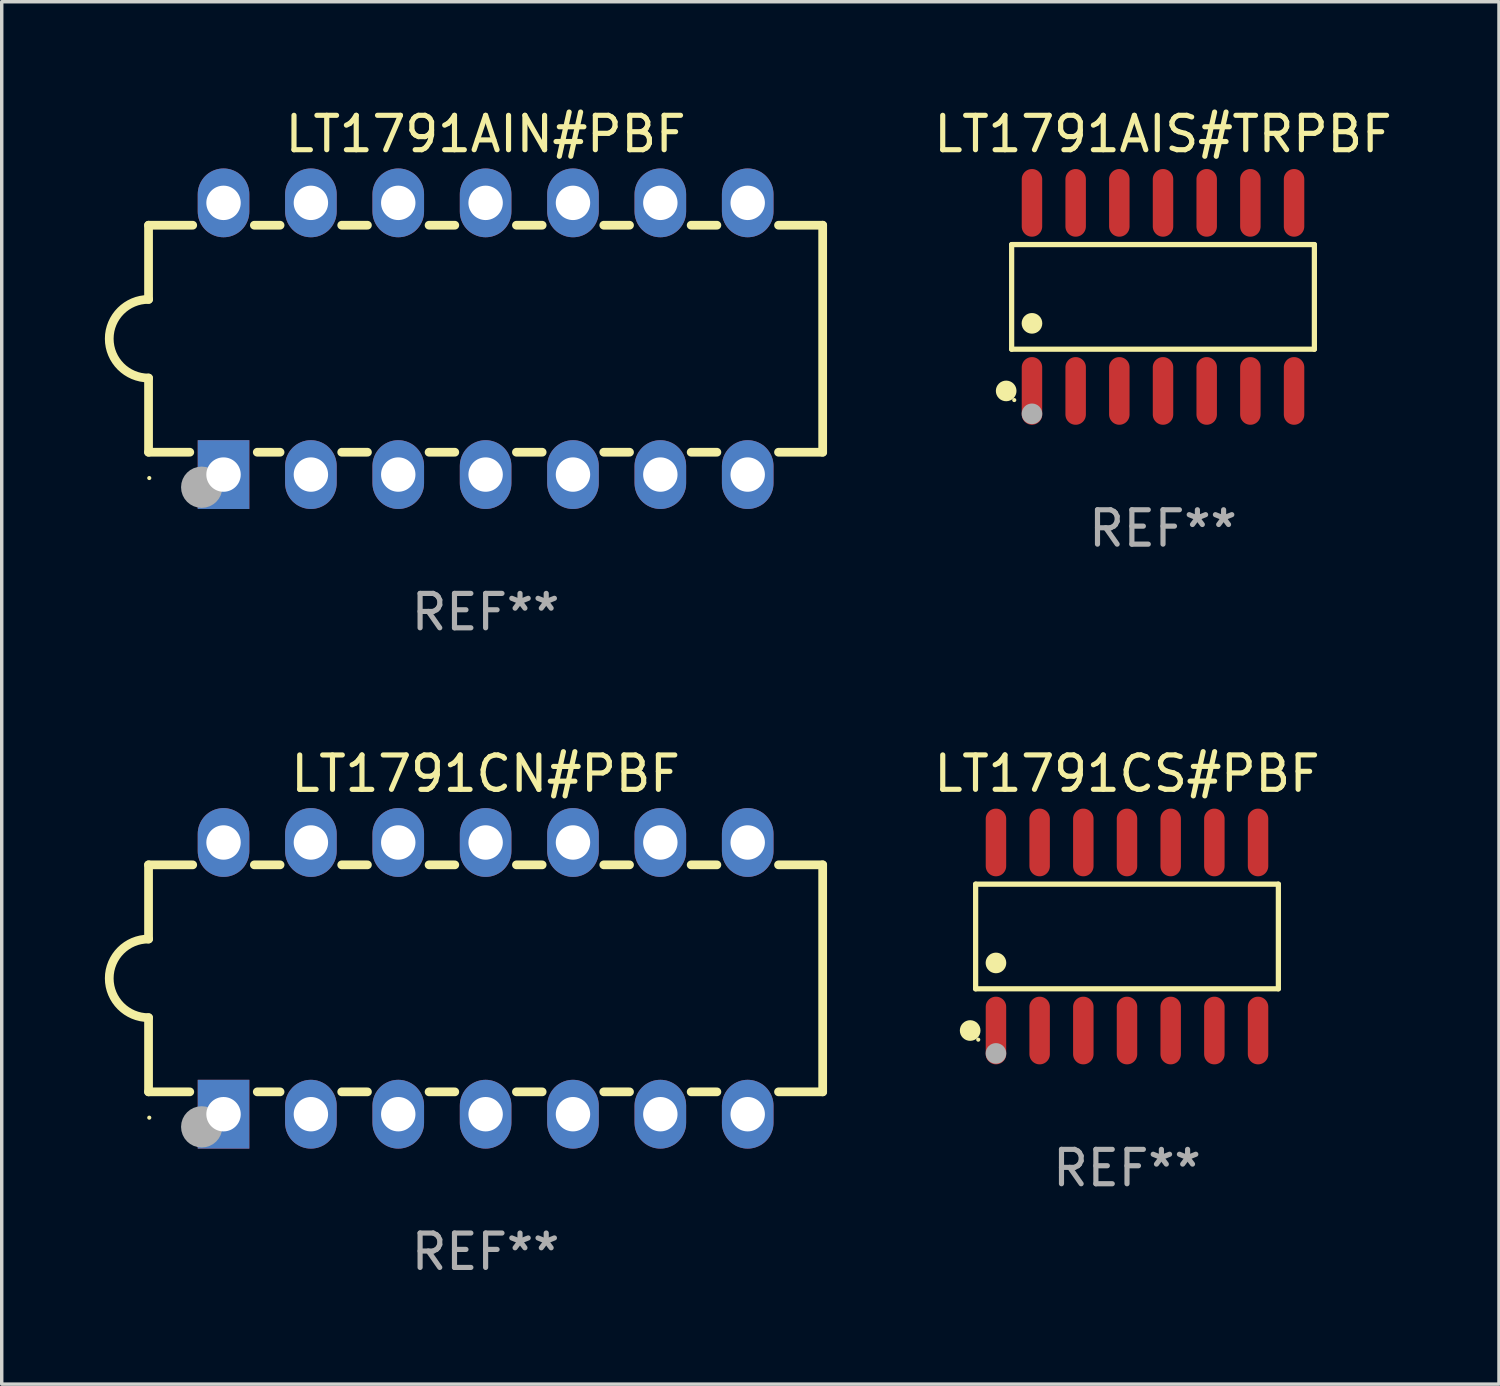
<source format=kicad_pcb>
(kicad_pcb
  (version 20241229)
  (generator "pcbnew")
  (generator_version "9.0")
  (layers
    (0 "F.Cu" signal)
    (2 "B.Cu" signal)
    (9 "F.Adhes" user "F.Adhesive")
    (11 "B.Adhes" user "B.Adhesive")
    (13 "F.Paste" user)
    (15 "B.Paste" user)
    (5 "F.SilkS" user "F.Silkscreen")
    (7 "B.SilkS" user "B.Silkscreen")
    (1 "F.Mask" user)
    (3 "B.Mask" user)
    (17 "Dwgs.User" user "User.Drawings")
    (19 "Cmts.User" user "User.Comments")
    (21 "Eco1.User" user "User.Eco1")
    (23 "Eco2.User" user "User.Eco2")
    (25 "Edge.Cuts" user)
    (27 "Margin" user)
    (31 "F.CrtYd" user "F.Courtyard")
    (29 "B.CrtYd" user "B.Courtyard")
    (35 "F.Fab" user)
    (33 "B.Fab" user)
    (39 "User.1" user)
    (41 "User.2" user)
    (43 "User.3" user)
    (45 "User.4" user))
  (footprint "LT1791CN#PBF"
    (layer "F.Cu")
    (at 11.069 25.395)
    (property "Reference" "LT1791CN#PBF" (at 0 -5.95 0) (layer "F.SilkS") (effects (font (size 1 1) (thickness 0.15))))
    (attr through_hole)
    (fp_line (start -9.8 -3.3) (end -9.8 -1.143) (stroke (width 0.254) (type solid)) (layer "F.SilkS"))
    (fp_line (start -9.8 -3.3) (end -8.516 -3.3) (stroke (width 0.254) (type solid)) (layer "F.SilkS"))
    (fp_line (start -9.8 3.3) (end -9.8 1.143) (stroke (width 0.254) (type solid)) (layer "F.SilkS"))
    (fp_line (start -8.601 3.3) (end -9.8 3.3) (stroke (width 0.254) (type solid)) (layer "F.SilkS"))
    (fp_line (start -6.724 -3.3) (end -5.976 -3.3) (stroke (width 0.254) (type solid)) (layer "F.SilkS"))
    (fp_line (start -5.976 3.3) (end -6.639 3.3) (stroke (width 0.254) (type solid)) (layer "F.SilkS"))
    (fp_line (start -4.184 -3.3) (end -3.436 -3.3) (stroke (width 0.254) (type solid)) (layer "F.SilkS"))
    (fp_line (start -3.436 3.3) (end -4.184 3.3) (stroke (width 0.254) (type solid)) (layer "F.SilkS"))
    (fp_line (start -1.644 -3.3) (end -0.896 -3.3) (stroke (width 0.254) (type solid)) (layer "F.SilkS"))
    (fp_line (start -0.896 3.3) (end -1.644 3.3) (stroke (width 0.254) (type solid)) (layer "F.SilkS"))
    (fp_line (start 0.896 -3.3) (end 1.644 -3.3) (stroke (width 0.254) (type solid)) (layer "F.SilkS"))
    (fp_line (start 1.644 3.3) (end 0.896 3.3) (stroke (width 0.254) (type solid)) (layer "F.SilkS"))
    (fp_line (start 3.436 -3.3) (end 4.184 -3.3) (stroke (width 0.254) (type solid)) (layer "F.SilkS"))
    (fp_line (start 4.184 3.3) (end 3.436 3.3) (stroke (width 0.254) (type solid)) (layer "F.SilkS"))
    (fp_line (start 5.976 -3.3) (end 6.724 -3.3) (stroke (width 0.254) (type solid)) (layer "F.SilkS"))
    (fp_line (start 6.724 3.3) (end 5.976 3.3) (stroke (width 0.254) (type solid)) (layer "F.SilkS"))
    (fp_line (start 8.516 -3.3) (end 9.8 -3.3) (stroke (width 0.254) (type solid)) (layer "F.SilkS"))
    (fp_line (start 9.8 -3.3) (end 9.8 3.3) (stroke (width 0.254) (type solid)) (layer "F.SilkS"))
    (fp_line (start 9.8 3.3) (end 8.516 3.3) (stroke (width 0.254) (type solid)) (layer "F.SilkS"))
    (fp_arc (start -9.800038 1.143002) (mid -10.942354 -0.000343) (end -9.799352 -1.143002) (stroke (width 0.254001) (type solid)) (layer "F.SilkS"))
    (fp_circle (center -9.779 4.051) (end -9.749 4.051) (stroke (width 0.06) (type solid)) (fill no) (layer "F.SilkS"))
    (fp_circle (center -8.255 4.318) (end -7.955 4.318) (stroke (width 0.6) (type solid)) (fill no) (layer "F.Fab"))
    (fp_text user "REF**" (at 0 7.95 0) (layer "F.Fab") (effects (font (size 1 1) (thickness 0.15))))
    (pad "1" thru_hole rect (at -7.62 3.95 90) (size 2 1.5) (drill 1) (layers "*.Cu" "*.Mask"))
    (pad "2" thru_hole oval (at -5.08 3.95 90) (size 2 1.5) (drill 1) (layers "*.Cu" "*.Mask"))
    (pad "3" thru_hole oval (at -2.54 3.95 90) (size 2 1.5) (drill 1) (layers "*.Cu" "*.Mask"))
    (pad "4" thru_hole oval (at -0.000013 3.95 90) (size 2 1.5) (drill 1) (layers "*.Cu" "*.Mask"))
    (pad "5" thru_hole oval (at 2.54 3.95 90) (size 2 1.5) (drill 1) (layers "*.Cu" "*.Mask"))
    (pad "6" thru_hole oval (at 5.08 3.95 90) (size 2 1.5) (drill 1) (layers "*.Cu" "*.Mask"))
    (pad "7" thru_hole oval (at 7.62 3.95 90) (size 2 1.5) (drill 1) (layers "*.Cu" "*.Mask"))
    (pad "8" thru_hole oval (at 7.62 -3.95 90) (size 2 1.5) (drill 1) (layers "*.Cu" "*.Mask"))
    (pad "9" thru_hole oval (at 5.08 -3.95 90) (size 2 1.5) (drill 1) (layers "*.Cu" "*.Mask"))
    (pad "10" thru_hole oval (at 2.54 -3.95 90) (size 2 1.5) (drill 1) (layers "*.Cu" "*.Mask"))
    (pad "11" thru_hole oval (at -0.000013 -3.95 90) (size 2 1.5) (drill 1) (layers "*.Cu" "*.Mask"))
    (pad "12" thru_hole oval (at -2.54 -3.95 90) (size 2 1.5) (drill 1) (layers "*.Cu" "*.Mask"))
    (pad "13" thru_hole oval (at -5.08 -3.95 90) (size 2 1.5) (drill 1) (layers "*.Cu" "*.Mask"))
    (pad "14" thru_hole oval (at -7.62 -3.95 90) (size 2 1.5) (drill 1) (layers "*.Cu" "*.Mask")))
  (footprint "LT1791AIS#TRPBF"
    (layer "F.Cu")
    (at 30.764 5.582)
    (property "Reference" "LT1791AIS#TRPBF" (at 0 -4.734 0) (layer "F.SilkS") (effects (font (size 1 1) (thickness 0.15))))
    (attr through_hole)
    (fp_line (start -4.401 -1.521) (end 4.401 -1.521) (stroke (width 0.152) (type solid)) (layer "F.SilkS"))
    (fp_line (start -4.401 1.521) (end -4.401 -1.521) (stroke (width 0.152) (type solid)) (layer "F.SilkS"))
    (fp_line (start 4.401 -1.521) (end 4.401 1.521) (stroke (width 0.152) (type solid)) (layer "F.SilkS"))
    (fp_line (start 4.401 1.521) (end -4.401 1.521) (stroke (width 0.152) (type solid)) (layer "F.SilkS"))
    (fp_circle (center -4.56 2.734) (end -4.41 2.734) (stroke (width 0.3) (type solid)) (fill no) (layer "F.SilkS"))
    (fp_circle (center -4.325 3) (end -4.295 3) (stroke (width 0.06) (type solid)) (fill no) (layer "F.SilkS"))
    (fp_circle (center -3.81 0.769) (end -3.66 0.769) (stroke (width 0.3) (type solid)) (fill no) (layer "F.SilkS"))
    (fp_circle (center -3.81 3.4) (end -3.66 3.4) (stroke (width 0.3) (type solid)) (fill no) (layer "F.Fab"))
    (fp_text user "REF**" (at 0 6.734 0) (layer "F.Fab") (effects (font (size 1 1) (thickness 0.15))))
    (pad "1" smd oval (at -3.81 2.734) (size 0.595 1.968) (layers "F.Cu" "F.Mask" "F.Paste"))
    (pad "2" smd oval (at -2.54 2.734) (size 0.595 1.968) (layers "F.Cu" "F.Mask" "F.Paste"))
    (pad "3" smd oval (at -1.27 2.734) (size 0.595 1.968) (layers "F.Cu" "F.Mask" "F.Paste"))
    (pad "4" smd oval (at 0 2.734) (size 0.595 1.968) (layers "F.Cu" "F.Mask" "F.Paste"))
    (pad "5" smd oval (at 1.27 2.734) (size 0.595 1.968) (layers "F.Cu" "F.Mask" "F.Paste"))
    (pad "6" smd oval (at 2.54 2.734) (size 0.595 1.968) (layers "F.Cu" "F.Mask" "F.Paste"))
    (pad "7" smd oval (at 3.81 2.734) (size 0.595 1.968) (layers "F.Cu" "F.Mask" "F.Paste"))
    (pad "8" smd oval (at 3.81 -2.734) (size 0.595 1.968) (layers "F.Cu" "F.Mask" "F.Paste"))
    (pad "9" smd oval (at 2.54 -2.734) (size 0.595 1.968) (layers "F.Cu" "F.Mask" "F.Paste"))
    (pad "10" smd oval (at 1.27 -2.734) (size 0.595 1.968) (layers "F.Cu" "F.Mask" "F.Paste"))
    (pad "11" smd oval (at 0 -2.734) (size 0.595 1.968) (layers "F.Cu" "F.Mask" "F.Paste"))
    (pad "12" smd oval (at -1.27 -2.734) (size 0.595 1.968) (layers "F.Cu" "F.Mask" "F.Paste"))
    (pad "13" smd oval (at -2.54 -2.734) (size 0.595 1.968) (layers "F.Cu" "F.Mask" "F.Paste"))
    (pad "14" smd oval (at -3.81 -2.734) (size 0.595 1.968) (layers "F.Cu" "F.Mask" "F.Paste")))
  (footprint "LT1791AIN#PBF"
    (layer "F.Cu")
    (at 11.069 6.798)
    (property "Reference" "LT1791AIN#PBF" (at 0 -5.95 0) (layer "F.SilkS") (effects (font (size 1 1) (thickness 0.15))))
    (attr through_hole)
    (fp_line (start -9.8 -3.3) (end -9.8 -1.143) (stroke (width 0.254) (type solid)) (layer "F.SilkS"))
    (fp_line (start -9.8 -3.3) (end -8.516 -3.3) (stroke (width 0.254) (type solid)) (layer "F.SilkS"))
    (fp_line (start -9.8 3.3) (end -9.8 1.143) (stroke (width 0.254) (type solid)) (layer "F.SilkS"))
    (fp_line (start -8.601 3.3) (end -9.8 3.3) (stroke (width 0.254) (type solid)) (layer "F.SilkS"))
    (fp_line (start -6.724 -3.3) (end -5.976 -3.3) (stroke (width 0.254) (type solid)) (layer "F.SilkS"))
    (fp_line (start -5.976 3.3) (end -6.639 3.3) (stroke (width 0.254) (type solid)) (layer "F.SilkS"))
    (fp_line (start -4.184 -3.3) (end -3.436 -3.3) (stroke (width 0.254) (type solid)) (layer "F.SilkS"))
    (fp_line (start -3.436 3.3) (end -4.184 3.3) (stroke (width 0.254) (type solid)) (layer "F.SilkS"))
    (fp_line (start -1.644 -3.3) (end -0.896 -3.3) (stroke (width 0.254) (type solid)) (layer "F.SilkS"))
    (fp_line (start -0.896 3.3) (end -1.644 3.3) (stroke (width 0.254) (type solid)) (layer "F.SilkS"))
    (fp_line (start 0.896 -3.3) (end 1.644 -3.3) (stroke (width 0.254) (type solid)) (layer "F.SilkS"))
    (fp_line (start 1.644 3.3) (end 0.896 3.3) (stroke (width 0.254) (type solid)) (layer "F.SilkS"))
    (fp_line (start 3.436 -3.3) (end 4.184 -3.3) (stroke (width 0.254) (type solid)) (layer "F.SilkS"))
    (fp_line (start 4.184 3.3) (end 3.436 3.3) (stroke (width 0.254) (type solid)) (layer "F.SilkS"))
    (fp_line (start 5.976 -3.3) (end 6.724 -3.3) (stroke (width 0.254) (type solid)) (layer "F.SilkS"))
    (fp_line (start 6.724 3.3) (end 5.976 3.3) (stroke (width 0.254) (type solid)) (layer "F.SilkS"))
    (fp_line (start 8.516 -3.3) (end 9.8 -3.3) (stroke (width 0.254) (type solid)) (layer "F.SilkS"))
    (fp_line (start 9.8 -3.3) (end 9.8 3.3) (stroke (width 0.254) (type solid)) (layer "F.SilkS"))
    (fp_line (start 9.8 3.3) (end 8.516 3.3) (stroke (width 0.254) (type solid)) (layer "F.SilkS"))
    (fp_arc (start -9.800038 1.143002) (mid -10.942354 -0.000343) (end -9.799352 -1.143002) (stroke (width 0.254001) (type solid)) (layer "F.SilkS"))
    (fp_circle (center -9.779 4.051) (end -9.749 4.051) (stroke (width 0.06) (type solid)) (fill no) (layer "F.SilkS"))
    (fp_circle (center -8.255 4.318) (end -7.955 4.318) (stroke (width 0.6) (type solid)) (fill no) (layer "F.Fab"))
    (fp_text user "REF**" (at 0 7.95 0) (layer "F.Fab") (effects (font (size 1 1) (thickness 0.15))))
    (pad "1" thru_hole rect (at -7.62 3.95 90) (size 2 1.5) (drill 1) (layers "*.Cu" "*.Mask"))
    (pad "2" thru_hole oval (at -5.08 3.95 90) (size 2 1.5) (drill 1) (layers "*.Cu" "*.Mask"))
    (pad "3" thru_hole oval (at -2.54 3.95 90) (size 2 1.5) (drill 1) (layers "*.Cu" "*.Mask"))
    (pad "4" thru_hole oval (at -0.000013 3.95 90) (size 2 1.5) (drill 1) (layers "*.Cu" "*.Mask"))
    (pad "5" thru_hole oval (at 2.54 3.95 90) (size 2 1.5) (drill 1) (layers "*.Cu" "*.Mask"))
    (pad "6" thru_hole oval (at 5.08 3.95 90) (size 2 1.5) (drill 1) (layers "*.Cu" "*.Mask"))
    (pad "7" thru_hole oval (at 7.62 3.95 90) (size 2 1.5) (drill 1) (layers "*.Cu" "*.Mask"))
    (pad "8" thru_hole oval (at 7.62 -3.95 90) (size 2 1.5) (drill 1) (layers "*.Cu" "*.Mask"))
    (pad "9" thru_hole oval (at 5.08 -3.95 90) (size 2 1.5) (drill 1) (layers "*.Cu" "*.Mask"))
    (pad "10" thru_hole oval (at 2.54 -3.95 90) (size 2 1.5) (drill 1) (layers "*.Cu" "*.Mask"))
    (pad "11" thru_hole oval (at -0.000013 -3.95 90) (size 2 1.5) (drill 1) (layers "*.Cu" "*.Mask"))
    (pad "12" thru_hole oval (at -2.54 -3.95 90) (size 2 1.5) (drill 1) (layers "*.Cu" "*.Mask"))
    (pad "13" thru_hole oval (at -5.08 -3.95 90) (size 2 1.5) (drill 1) (layers "*.Cu" "*.Mask"))
    (pad "14" thru_hole oval (at -7.62 -3.95 90) (size 2 1.5) (drill 1) (layers "*.Cu" "*.Mask")))
  (footprint "LT1791CS#PBF"
    (layer "F.Cu")
    (at 29.717 24.178)
    (property "Reference" "LT1791CS#PBF" (at 0 -4.734 0) (layer "F.SilkS") (effects (font (size 1 1) (thickness 0.15))))
    (attr through_hole)
    (fp_line (start -4.401 -1.521) (end 4.401 -1.521) (stroke (width 0.152) (type solid)) (layer "F.SilkS"))
    (fp_line (start -4.401 1.521) (end -4.401 -1.521) (stroke (width 0.152) (type solid)) (layer "F.SilkS"))
    (fp_line (start 4.401 -1.521) (end 4.401 1.521) (stroke (width 0.152) (type solid)) (layer "F.SilkS"))
    (fp_line (start 4.401 1.521) (end -4.401 1.521) (stroke (width 0.152) (type solid)) (layer "F.SilkS"))
    (fp_circle (center -4.56 2.734) (end -4.41 2.734) (stroke (width 0.3) (type solid)) (fill no) (layer "F.SilkS"))
    (fp_circle (center -4.325 3) (end -4.295 3) (stroke (width 0.06) (type solid)) (fill no) (layer "F.SilkS"))
    (fp_circle (center -3.81 0.769) (end -3.66 0.769) (stroke (width 0.3) (type solid)) (fill no) (layer "F.SilkS"))
    (fp_circle (center -3.81 3.4) (end -3.66 3.4) (stroke (width 0.3) (type solid)) (fill no) (layer "F.Fab"))
    (fp_text user "REF**" (at 0 6.734 0) (layer "F.Fab") (effects (font (size 1 1) (thickness 0.15))))
    (pad "1" smd oval (at -3.81 2.734) (size 0.595 1.968) (layers "F.Cu" "F.Mask" "F.Paste"))
    (pad "2" smd oval (at -2.54 2.734) (size 0.595 1.968) (layers "F.Cu" "F.Mask" "F.Paste"))
    (pad "3" smd oval (at -1.27 2.734) (size 0.595 1.968) (layers "F.Cu" "F.Mask" "F.Paste"))
    (pad "4" smd oval (at 0 2.734) (size 0.595 1.968) (layers "F.Cu" "F.Mask" "F.Paste"))
    (pad "5" smd oval (at 1.27 2.734) (size 0.595 1.968) (layers "F.Cu" "F.Mask" "F.Paste"))
    (pad "6" smd oval (at 2.54 2.734) (size 0.595 1.968) (layers "F.Cu" "F.Mask" "F.Paste"))
    (pad "7" smd oval (at 3.81 2.734) (size 0.595 1.968) (layers "F.Cu" "F.Mask" "F.Paste"))
    (pad "8" smd oval (at 3.81 -2.734) (size 0.595 1.968) (layers "F.Cu" "F.Mask" "F.Paste"))
    (pad "9" smd oval (at 2.54 -2.734) (size 0.595 1.968) (layers "F.Cu" "F.Mask" "F.Paste"))
    (pad "10" smd oval (at 1.27 -2.734) (size 0.595 1.968) (layers "F.Cu" "F.Mask" "F.Paste"))
    (pad "11" smd oval (at 0 -2.734) (size 0.595 1.968) (layers "F.Cu" "F.Mask" "F.Paste"))
    (pad "12" smd oval (at -1.27 -2.734) (size 0.595 1.968) (layers "F.Cu" "F.Mask" "F.Paste"))
    (pad "13" smd oval (at -2.54 -2.734) (size 0.595 1.968) (layers "F.Cu" "F.Mask" "F.Paste"))
    (pad "14" smd oval (at -3.81 -2.734) (size 0.595 1.968) (layers "F.Cu" "F.Mask" "F.Paste")))
  (gr_rect
    (start -3 -3)
    (end 40.532 37.193)
    (stroke (width 0.1) (type default))
    (fill no)
    (layer "Edge.Cuts")))
</source>
